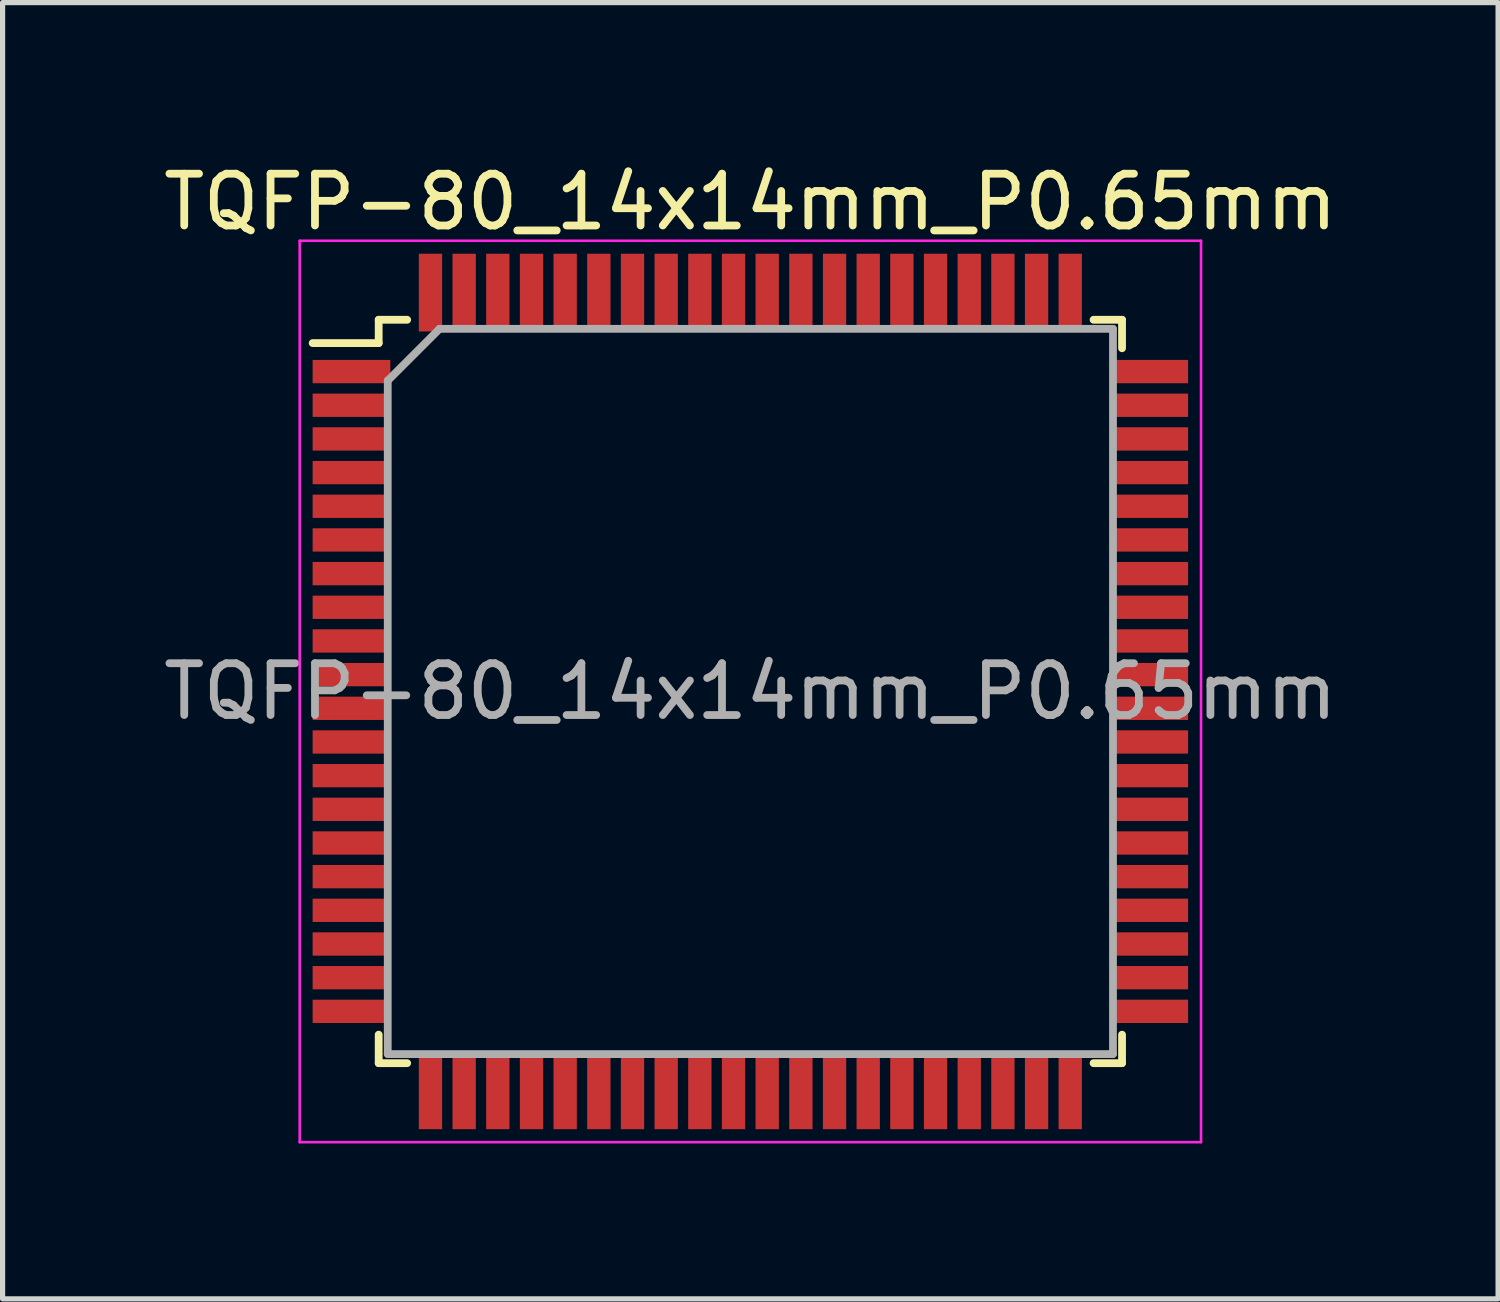
<source format=kicad_pcb>
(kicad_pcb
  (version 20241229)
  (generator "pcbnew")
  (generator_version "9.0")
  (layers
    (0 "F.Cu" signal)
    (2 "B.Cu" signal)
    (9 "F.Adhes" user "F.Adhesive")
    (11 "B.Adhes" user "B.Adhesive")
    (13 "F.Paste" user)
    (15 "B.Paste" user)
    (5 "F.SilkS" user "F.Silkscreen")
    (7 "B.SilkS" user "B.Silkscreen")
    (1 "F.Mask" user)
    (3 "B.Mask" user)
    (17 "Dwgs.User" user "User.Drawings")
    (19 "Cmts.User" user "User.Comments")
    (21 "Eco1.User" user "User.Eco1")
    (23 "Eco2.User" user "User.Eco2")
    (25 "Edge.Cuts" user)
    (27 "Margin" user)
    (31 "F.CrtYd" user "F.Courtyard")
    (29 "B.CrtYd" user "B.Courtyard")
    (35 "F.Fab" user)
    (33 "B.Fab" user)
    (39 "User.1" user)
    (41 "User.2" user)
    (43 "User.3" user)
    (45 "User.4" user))
  (footprint "TQFP-80_14x14mm_P0.65mm"
    (layer "F.Cu")
    (at 11.435 10.298)
    (property "Reference" "TQFP-80_14x14mm_P0.65mm" (at 0 -9.45 0) (layer "F.SilkS") (effects (font (size 1 1) (thickness 0.15))))
    (attr smd)
    (fp_line (start -7.175 -7.175) (end -7.175 -6.725) (stroke (width 0.15) (type solid)) (layer "F.SilkS"))
    (fp_line (start -7.175 -7.175) (end -6.625 -7.175) (stroke (width 0.15) (type solid)) (layer "F.SilkS"))
    (fp_line (start -7.175 -6.725) (end -8.45 -6.725) (stroke (width 0.15) (type solid)) (layer "F.SilkS"))
    (fp_line (start -7.175 7.175) (end -7.175 6.625) (stroke (width 0.15) (type solid)) (layer "F.SilkS"))
    (fp_line (start -7.175 7.175) (end -6.625 7.175) (stroke (width 0.15) (type solid)) (layer "F.SilkS"))
    (fp_line (start 7.175 -7.175) (end 6.625 -7.175) (stroke (width 0.15) (type solid)) (layer "F.SilkS"))
    (fp_line (start 7.175 -7.175) (end 7.175 -6.625) (stroke (width 0.15) (type solid)) (layer "F.SilkS"))
    (fp_line (start 7.175 7.175) (end 6.625 7.175) (stroke (width 0.15) (type solid)) (layer "F.SilkS"))
    (fp_line (start 7.175 7.175) (end 7.175 6.625) (stroke (width 0.15) (type solid)) (layer "F.SilkS"))
    (fp_line (start -8.7 -8.7) (end -8.7 8.7) (stroke (width 0.05) (type solid)) (layer "F.CrtYd"))
    (fp_line (start -8.7 -8.7) (end 8.7 -8.7) (stroke (width 0.05) (type solid)) (layer "F.CrtYd"))
    (fp_line (start -8.7 8.7) (end 8.7 8.7) (stroke (width 0.05) (type solid)) (layer "F.CrtYd"))
    (fp_line (start 8.7 -8.7) (end 8.7 8.7) (stroke (width 0.05) (type solid)) (layer "F.CrtYd"))
    (fp_line (start -7 -6) (end -6 -7) (stroke (width 0.15) (type solid)) (layer "F.Fab"))
    (fp_line (start -7 7) (end -7 -6) (stroke (width 0.15) (type solid)) (layer "F.Fab"))
    (fp_line (start -6 -7) (end 7 -7) (stroke (width 0.15) (type solid)) (layer "F.Fab"))
    (fp_line (start 7 -7) (end 7 7) (stroke (width 0.15) (type solid)) (layer "F.Fab"))
    (fp_line (start 7 7) (end -7 7) (stroke (width 0.15) (type solid)) (layer "F.Fab"))
    (fp_text user "${REFERENCE}" (at 0 0 0) (layer "F.Fab") (effects (font (size 1 1) (thickness 0.15))))
    (pad "1" smd rect (at -7.7 -6.175) (size 1.5 0.45) (layers "F.Cu" "F.Mask" "F.Paste"))
    (pad "2" smd rect (at -7.7 -5.525) (size 1.5 0.45) (layers "F.Cu" "F.Mask" "F.Paste"))
    (pad "3" smd rect (at -7.7 -4.875) (size 1.5 0.45) (layers "F.Cu" "F.Mask" "F.Paste"))
    (pad "4" smd rect (at -7.7 -4.225) (size 1.5 0.45) (layers "F.Cu" "F.Mask" "F.Paste"))
    (pad "5" smd rect (at -7.7 -3.575) (size 1.5 0.45) (layers "F.Cu" "F.Mask" "F.Paste"))
    (pad "6" smd rect (at -7.7 -2.925) (size 1.5 0.45) (layers "F.Cu" "F.Mask" "F.Paste"))
    (pad "7" smd rect (at -7.7 -2.275) (size 1.5 0.45) (layers "F.Cu" "F.Mask" "F.Paste"))
    (pad "8" smd rect (at -7.7 -1.625) (size 1.5 0.45) (layers "F.Cu" "F.Mask" "F.Paste"))
    (pad "9" smd rect (at -7.7 -0.975) (size 1.5 0.45) (layers "F.Cu" "F.Mask" "F.Paste"))
    (pad "10" smd rect (at -7.7 -0.325) (size 1.5 0.45) (layers "F.Cu" "F.Mask" "F.Paste"))
    (pad "11" smd rect (at -7.7 0.325) (size 1.5 0.45) (layers "F.Cu" "F.Mask" "F.Paste"))
    (pad "12" smd rect (at -7.7 0.975) (size 1.5 0.45) (layers "F.Cu" "F.Mask" "F.Paste"))
    (pad "13" smd rect (at -7.7 1.625) (size 1.5 0.45) (layers "F.Cu" "F.Mask" "F.Paste"))
    (pad "14" smd rect (at -7.7 2.275) (size 1.5 0.45) (layers "F.Cu" "F.Mask" "F.Paste"))
    (pad "15" smd rect (at -7.7 2.925) (size 1.5 0.45) (layers "F.Cu" "F.Mask" "F.Paste"))
    (pad "16" smd rect (at -7.7 3.575) (size 1.5 0.45) (layers "F.Cu" "F.Mask" "F.Paste"))
    (pad "17" smd rect (at -7.7 4.225) (size 1.5 0.45) (layers "F.Cu" "F.Mask" "F.Paste"))
    (pad "18" smd rect (at -7.7 4.875) (size 1.5 0.45) (layers "F.Cu" "F.Mask" "F.Paste"))
    (pad "19" smd rect (at -7.7 5.525) (size 1.5 0.45) (layers "F.Cu" "F.Mask" "F.Paste"))
    (pad "20" smd rect (at -7.7 6.175) (size 1.5 0.45) (layers "F.Cu" "F.Mask" "F.Paste"))
    (pad "21" smd rect (at -6.175 7.7 90) (size 1.5 0.45) (layers "F.Cu" "F.Mask" "F.Paste"))
    (pad "22" smd rect (at -5.525 7.7 90) (size 1.5 0.45) (layers "F.Cu" "F.Mask" "F.Paste"))
    (pad "23" smd rect (at -4.875 7.7 90) (size 1.5 0.45) (layers "F.Cu" "F.Mask" "F.Paste"))
    (pad "24" smd rect (at -4.225 7.7 90) (size 1.5 0.45) (layers "F.Cu" "F.Mask" "F.Paste"))
    (pad "25" smd rect (at -3.575 7.7 90) (size 1.5 0.45) (layers "F.Cu" "F.Mask" "F.Paste"))
    (pad "26" smd rect (at -2.925 7.7 90) (size 1.5 0.45) (layers "F.Cu" "F.Mask" "F.Paste"))
    (pad "27" smd rect (at -2.275 7.7 90) (size 1.5 0.45) (layers "F.Cu" "F.Mask" "F.Paste"))
    (pad "28" smd rect (at -1.625 7.7 90) (size 1.5 0.45) (layers "F.Cu" "F.Mask" "F.Paste"))
    (pad "29" smd rect (at -0.975 7.7 90) (size 1.5 0.45) (layers "F.Cu" "F.Mask" "F.Paste"))
    (pad "30" smd rect (at -0.325 7.7 90) (size 1.5 0.45) (layers "F.Cu" "F.Mask" "F.Paste"))
    (pad "31" smd rect (at 0.325 7.7 90) (size 1.5 0.45) (layers "F.Cu" "F.Mask" "F.Paste"))
    (pad "32" smd rect (at 0.975 7.7 90) (size 1.5 0.45) (layers "F.Cu" "F.Mask" "F.Paste"))
    (pad "33" smd rect (at 1.625 7.7 90) (size 1.5 0.45) (layers "F.Cu" "F.Mask" "F.Paste"))
    (pad "34" smd rect (at 2.275 7.7 90) (size 1.5 0.45) (layers "F.Cu" "F.Mask" "F.Paste"))
    (pad "35" smd rect (at 2.925 7.7 90) (size 1.5 0.45) (layers "F.Cu" "F.Mask" "F.Paste"))
    (pad "36" smd rect (at 3.575 7.7 90) (size 1.5 0.45) (layers "F.Cu" "F.Mask" "F.Paste"))
    (pad "37" smd rect (at 4.225 7.7 90) (size 1.5 0.45) (layers "F.Cu" "F.Mask" "F.Paste"))
    (pad "38" smd rect (at 4.875 7.7 90) (size 1.5 0.45) (layers "F.Cu" "F.Mask" "F.Paste"))
    (pad "39" smd rect (at 5.525 7.7 90) (size 1.5 0.45) (layers "F.Cu" "F.Mask" "F.Paste"))
    (pad "40" smd rect (at 6.175 7.7 90) (size 1.5 0.45) (layers "F.Cu" "F.Mask" "F.Paste"))
    (pad "41" smd rect (at 7.7 6.175) (size 1.5 0.45) (layers "F.Cu" "F.Mask" "F.Paste"))
    (pad "42" smd rect (at 7.7 5.525) (size 1.5 0.45) (layers "F.Cu" "F.Mask" "F.Paste"))
    (pad "43" smd rect (at 7.7 4.875) (size 1.5 0.45) (layers "F.Cu" "F.Mask" "F.Paste"))
    (pad "44" smd rect (at 7.7 4.225) (size 1.5 0.45) (layers "F.Cu" "F.Mask" "F.Paste"))
    (pad "45" smd rect (at 7.7 3.575) (size 1.5 0.45) (layers "F.Cu" "F.Mask" "F.Paste"))
    (pad "46" smd rect (at 7.7 2.925) (size 1.5 0.45) (layers "F.Cu" "F.Mask" "F.Paste"))
    (pad "47" smd rect (at 7.7 2.275) (size 1.5 0.45) (layers "F.Cu" "F.Mask" "F.Paste"))
    (pad "48" smd rect (at 7.7 1.625) (size 1.5 0.45) (layers "F.Cu" "F.Mask" "F.Paste"))
    (pad "49" smd rect (at 7.7 0.975) (size 1.5 0.45) (layers "F.Cu" "F.Mask" "F.Paste"))
    (pad "50" smd rect (at 7.7 0.325) (size 1.5 0.45) (layers "F.Cu" "F.Mask" "F.Paste"))
    (pad "51" smd rect (at 7.7 -0.325) (size 1.5 0.45) (layers "F.Cu" "F.Mask" "F.Paste"))
    (pad "52" smd rect (at 7.7 -0.975) (size 1.5 0.45) (layers "F.Cu" "F.Mask" "F.Paste"))
    (pad "53" smd rect (at 7.7 -1.625) (size 1.5 0.45) (layers "F.Cu" "F.Mask" "F.Paste"))
    (pad "54" smd rect (at 7.7 -2.275) (size 1.5 0.45) (layers "F.Cu" "F.Mask" "F.Paste"))
    (pad "55" smd rect (at 7.7 -2.925) (size 1.5 0.45) (layers "F.Cu" "F.Mask" "F.Paste"))
    (pad "56" smd rect (at 7.7 -3.575) (size 1.5 0.45) (layers "F.Cu" "F.Mask" "F.Paste"))
    (pad "57" smd rect (at 7.7 -4.225) (size 1.5 0.45) (layers "F.Cu" "F.Mask" "F.Paste"))
    (pad "58" smd rect (at 7.7 -4.875) (size 1.5 0.45) (layers "F.Cu" "F.Mask" "F.Paste"))
    (pad "59" smd rect (at 7.7 -5.525) (size 1.5 0.45) (layers "F.Cu" "F.Mask" "F.Paste"))
    (pad "60" smd rect (at 7.7 -6.175) (size 1.5 0.45) (layers "F.Cu" "F.Mask" "F.Paste"))
    (pad "61" smd rect (at 6.175 -7.7 90) (size 1.5 0.45) (layers "F.Cu" "F.Mask" "F.Paste"))
    (pad "62" smd rect (at 5.525 -7.7 90) (size 1.5 0.45) (layers "F.Cu" "F.Mask" "F.Paste"))
    (pad "63" smd rect (at 4.875 -7.7 90) (size 1.5 0.45) (layers "F.Cu" "F.Mask" "F.Paste"))
    (pad "64" smd rect (at 4.225 -7.7 90) (size 1.5 0.45) (layers "F.Cu" "F.Mask" "F.Paste"))
    (pad "65" smd rect (at 3.575 -7.7 90) (size 1.5 0.45) (layers "F.Cu" "F.Mask" "F.Paste"))
    (pad "66" smd rect (at 2.925 -7.7 90) (size 1.5 0.45) (layers "F.Cu" "F.Mask" "F.Paste"))
    (pad "67" smd rect (at 2.275 -7.7 90) (size 1.5 0.45) (layers "F.Cu" "F.Mask" "F.Paste"))
    (pad "68" smd rect (at 1.625 -7.7 90) (size 1.5 0.45) (layers "F.Cu" "F.Mask" "F.Paste"))
    (pad "69" smd rect (at 0.975 -7.7 90) (size 1.5 0.45) (layers "F.Cu" "F.Mask" "F.Paste"))
    (pad "70" smd rect (at 0.325 -7.7 90) (size 1.5 0.45) (layers "F.Cu" "F.Mask" "F.Paste"))
    (pad "71" smd rect (at -0.325 -7.7 90) (size 1.5 0.45) (layers "F.Cu" "F.Mask" "F.Paste"))
    (pad "72" smd rect (at -0.975 -7.7 90) (size 1.5 0.45) (layers "F.Cu" "F.Mask" "F.Paste"))
    (pad "73" smd rect (at -1.625 -7.7 90) (size 1.5 0.45) (layers "F.Cu" "F.Mask" "F.Paste"))
    (pad "74" smd rect (at -2.275 -7.7 90) (size 1.5 0.45) (layers "F.Cu" "F.Mask" "F.Paste"))
    (pad "75" smd rect (at -2.925 -7.7 90) (size 1.5 0.45) (layers "F.Cu" "F.Mask" "F.Paste"))
    (pad "76" smd rect (at -3.575 -7.7 90) (size 1.5 0.45) (layers "F.Cu" "F.Mask" "F.Paste"))
    (pad "77" smd rect (at -4.225 -7.7 90) (size 1.5 0.45) (layers "F.Cu" "F.Mask" "F.Paste"))
    (pad "78" smd rect (at -4.875 -7.7 90) (size 1.5 0.45) (layers "F.Cu" "F.Mask" "F.Paste"))
    (pad "79" smd rect (at -5.525 -7.7 90) (size 1.5 0.45) (layers "F.Cu" "F.Mask" "F.Paste"))
    (pad "80" smd rect (at -6.175 -7.7 90) (size 1.5 0.45) (layers "F.Cu" "F.Mask" "F.Paste")))
  (gr_rect
    (start -3 -3)
    (end 25.869 22.023)
    (stroke (width 0.1) (type default))
    (fill no)
    (layer "Edge.Cuts")))
</source>
